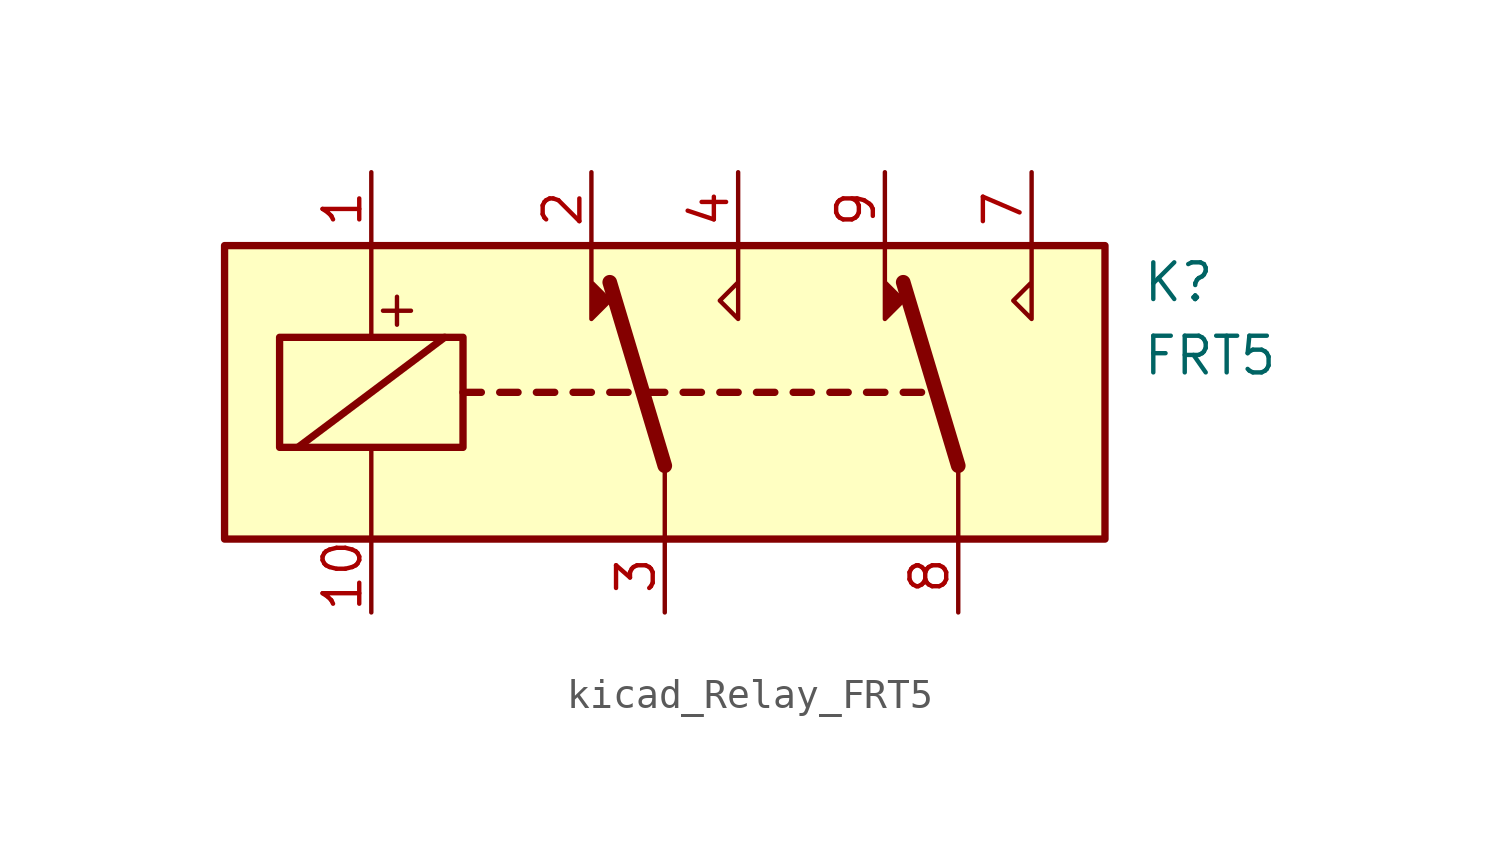
<source format=kicad_sym>
(kicad_symbol_lib
  (version 20220914)
  (generator kicad_symbol_editor)
  (symbol "kicad_Relay_FRT5"
    (property "Reference" "K"
      (at 16.51 3.81 0)
      (effects (font (size 1.27 1.27)) (justify left)))
    (property "Value" "FRT5"
      (at 16.51 1.27 0)
      (effects (font (size 1.27 1.27)) (justify left)))
    (symbol "kicad_Relay_FRT5_0_0"
      (text "+" (at -9.271 2.921 0) (effects (font (size 1.27 1.27)))))
    (symbol "kicad_Relay_FRT5_0_1"
      (rectangle (start -15.24 5.08) (end 15.24 -5.08) (stroke (width 0.254) (type default)) (fill (type background)))
      (rectangle (start -13.335 1.905) (end -6.985 -1.905) (stroke (width 0.254) (type default)) (fill (type none)))
      (polyline (pts (xy -12.7 -1.905) (xy -7.62 1.905)) (stroke (width 0.254) (type default)) (fill (type none)))
      (polyline (pts (xy -10.16 -5.08) (xy -10.16 -1.905)) (stroke (width 0) (type default)) (fill (type none)))
      (polyline (pts (xy -10.16 5.08) (xy -10.16 1.905)) (stroke (width 0) (type default)) (fill (type none)))
      (polyline (pts (xy -6.985 0) (xy -6.35 0)) (stroke (width 0.254) (type default)) (fill (type none)))
      (polyline (pts (xy -5.715 0) (xy -5.08 0)) (stroke (width 0.254) (type default)) (fill (type none)))
      (polyline (pts (xy -4.445 0) (xy -3.81 0)) (stroke (width 0.254) (type default)) (fill (type none)))
      (polyline (pts (xy -3.175 0) (xy -2.54 0)) (stroke (width 0.254) (type default)) (fill (type none)))
      (polyline (pts (xy -1.905 0) (xy -1.27 0)) (stroke (width 0.254) (type default)) (fill (type none)))
      (polyline (pts (xy -0.635 0) (xy 0 0)) (stroke (width 0.254) (type default)) (fill (type none)))
      (polyline (pts (xy 0 -2.54) (xy -1.905 3.81)) (stroke (width 0.508) (type default)) (fill (type none)))
      (polyline (pts (xy 0 -2.54) (xy 0 -5.08)) (stroke (width 0) (type default)) (fill (type none)))
      (polyline (pts (xy 0.635 0) (xy 1.27 0)) (stroke (width 0.254) (type default)) (fill (type none)))
      (polyline (pts (xy 1.905 0) (xy 2.54 0)) (stroke (width 0.254) (type default)) (fill (type none)))
      (polyline (pts (xy 3.175 0) (xy 3.81 0)) (stroke (width 0.254) (type default)) (fill (type none)))
      (polyline (pts (xy 4.445 0) (xy 5.08 0)) (stroke (width 0.254) (type default)) (fill (type none)))
      (polyline (pts (xy 5.715 0) (xy 6.35 0)) (stroke (width 0.254) (type default)) (fill (type none)))
      (polyline (pts (xy 6.985 0) (xy 7.62 0)) (stroke (width 0.254) (type default)) (fill (type none)))
      (polyline (pts (xy 8.255 0) (xy 8.89 0)) (stroke (width 0.254) (type default)) (fill (type none)))
      (polyline (pts (xy 10.16 -2.54) (xy 8.255 3.81)) (stroke (width 0.508) (type default)) (fill (type none)))
      (polyline (pts (xy 10.16 -2.54) (xy 10.16 -5.08)) (stroke (width 0) (type default)) (fill (type none)))
      (polyline (pts (xy -2.54 5.08) (xy -2.54 2.54) (xy -1.905 3.175) (xy -2.54 3.81)) (stroke (width 0) (type default)) (fill (type outline)))
      (polyline (pts (xy 2.54 5.08) (xy 2.54 2.54) (xy 1.905 3.175) (xy 2.54 3.81)) (stroke (width 0) (type default)) (fill (type none)))
      (polyline (pts (xy 7.62 5.08) (xy 7.62 2.54) (xy 8.255 3.175) (xy 7.62 3.81)) (stroke (width 0) (type default)) (fill (type outline)))
      (polyline (pts (xy 12.7 5.08) (xy 12.7 2.54) (xy 12.065 3.175) (xy 12.7 3.81)) (stroke (width 0) (type default)) (fill (type none))))
    (symbol "kicad_Relay_FRT5_1_1"
      (pin passive line (at -10.16 7.62 270) (length 2.54) (name "~" (effects (font (size 1.27 1.27)))) (number "1" (effects (font (size 1.27 1.27)))))
      (pin passive line (at -10.16 -7.62 90) (length 2.54) (name "~" (effects (font (size 1.27 1.27)))) (number "10" (effects (font (size 1.27 1.27)))))
      (pin passive line (at -2.54 7.62 270) (length 2.54) (name "~" (effects (font (size 1.27 1.27)))) (number "2" (effects (font (size 1.27 1.27)))))
      (pin passive line (at 0 -7.62 90) (length 2.54) (name "~" (effects (font (size 1.27 1.27)))) (number "3" (effects (font (size 1.27 1.27)))))
      (pin passive line (at 2.54 7.62 270) (length 2.54) (name "~" (effects (font (size 1.27 1.27)))) (number "4" (effects (font (size 1.27 1.27)))))
      (pin passive line (at 12.7 7.62 270) (length 2.54) (name "~" (effects (font (size 1.27 1.27)))) (number "7" (effects (font (size 1.27 1.27)))))
      (pin passive line (at 10.16 -7.62 90) (length 2.54) (name "~" (effects (font (size 1.27 1.27)))) (number "8" (effects (font (size 1.27 1.27)))))
      (pin passive line (at 7.62 7.62 270) (length 2.54) (name "~" (effects (font (size 1.27 1.27)))) (number "9" (effects (font (size 1.27 1.27))))))))
</source>
